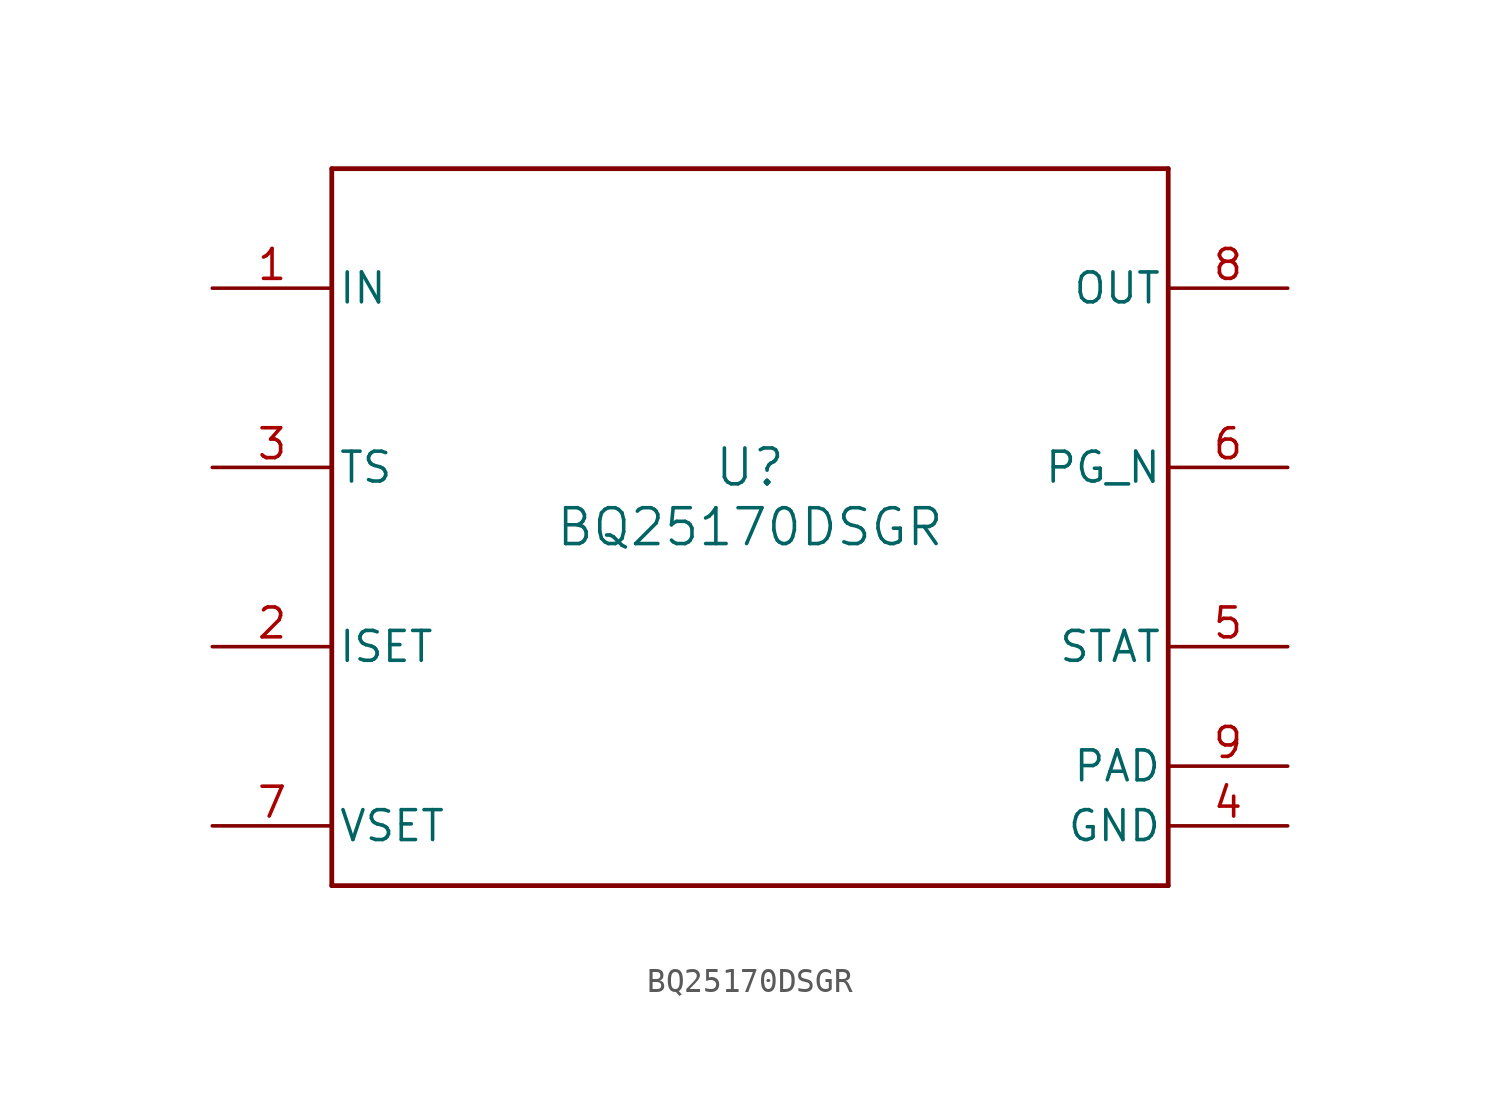
<source format=kicad_sym>
(kicad_symbol_lib
  (version 20211014)
  (generator kicad_symbol_editor)
  (symbol "BQ25170DSGR"
    (pin_names
      (offset 0.254))
    (property "Reference" "U"
      (at 0 2.54 0)
      (effects (font (size 1.524 1.524))))
    (property "Value" "BQ25170DSGR"
      (at 0 0 0)
      (effects (font (size 1.524 1.524))))
    (symbol "BQ25170DSGR_0_1"
      (polyline (pts (xy -17.78 -15.24) (xy 17.78 -15.24)) (stroke (width 0.203) (type default) (color 0 0 0 0)) (fill (type none)))
      (polyline (pts (xy 17.78 -15.24) (xy 17.78 15.24)) (stroke (width 0.203) (type default) (color 0 0 0 0)) (fill (type none)))
      (polyline (pts (xy 17.78 15.24) (xy -17.78 15.24)) (stroke (width 0.203) (type default) (color 0 0 0 0)) (fill (type none)))
      (polyline (pts (xy -17.78 15.24) (xy -17.78 -15.24)) (stroke (width 0.203) (type default) (color 0 0 0 0)) (fill (type none)))
      (pin power_in line (at -22.86 10.16 0) (length 5.08) (name "IN" (effects (font (size 1.27 1.27)))) (number "1" (effects (font (size 1.27 1.27)))))
      (pin input line (at -22.86 -5.08 0) (length 5.08) (name "ISET" (effects (font (size 1.27 1.27)))) (number "2" (effects (font (size 1.27 1.27)))))
      (pin bidirectional line (at -22.86 2.54 0) (length 5.08) (name "TS" (effects (font (size 1.27 1.27)))) (number "3" (effects (font (size 1.27 1.27)))))
      (pin power_in line (at 22.86 -12.7 180) (length 5.08) (name "GND" (effects (font (size 1.27 1.27)))) (number "4" (effects (font (size 1.27 1.27)))))
      (pin output line (at 22.86 -5.08 180) (length 5.08) (name "STAT" (effects (font (size 1.27 1.27)))) (number "5" (effects (font (size 1.27 1.27)))))
      (pin output line (at 22.86 2.54 180) (length 5.08) (name "PG_N" (effects (font (size 1.27 1.27)))) (number "6" (effects (font (size 1.27 1.27)))))
      (pin input line (at -22.86 -12.7 0) (length 5.08) (name "VSET" (effects (font (size 1.27 1.27)))) (number "7" (effects (font (size 1.27 1.27)))))
      (pin output line (at 22.86 10.16 180) (length 5.08) (name "OUT" (effects (font (size 1.27 1.27)))) (number "8" (effects (font (size 1.27 1.27)))))
      (pin power_in line (at 22.86 -10.16 180) (length 5.08) (name "PAD" (effects (font (size 1.27 1.27)))) (number "9" (effects (font (size 1.27 1.27))))))))
</source>
